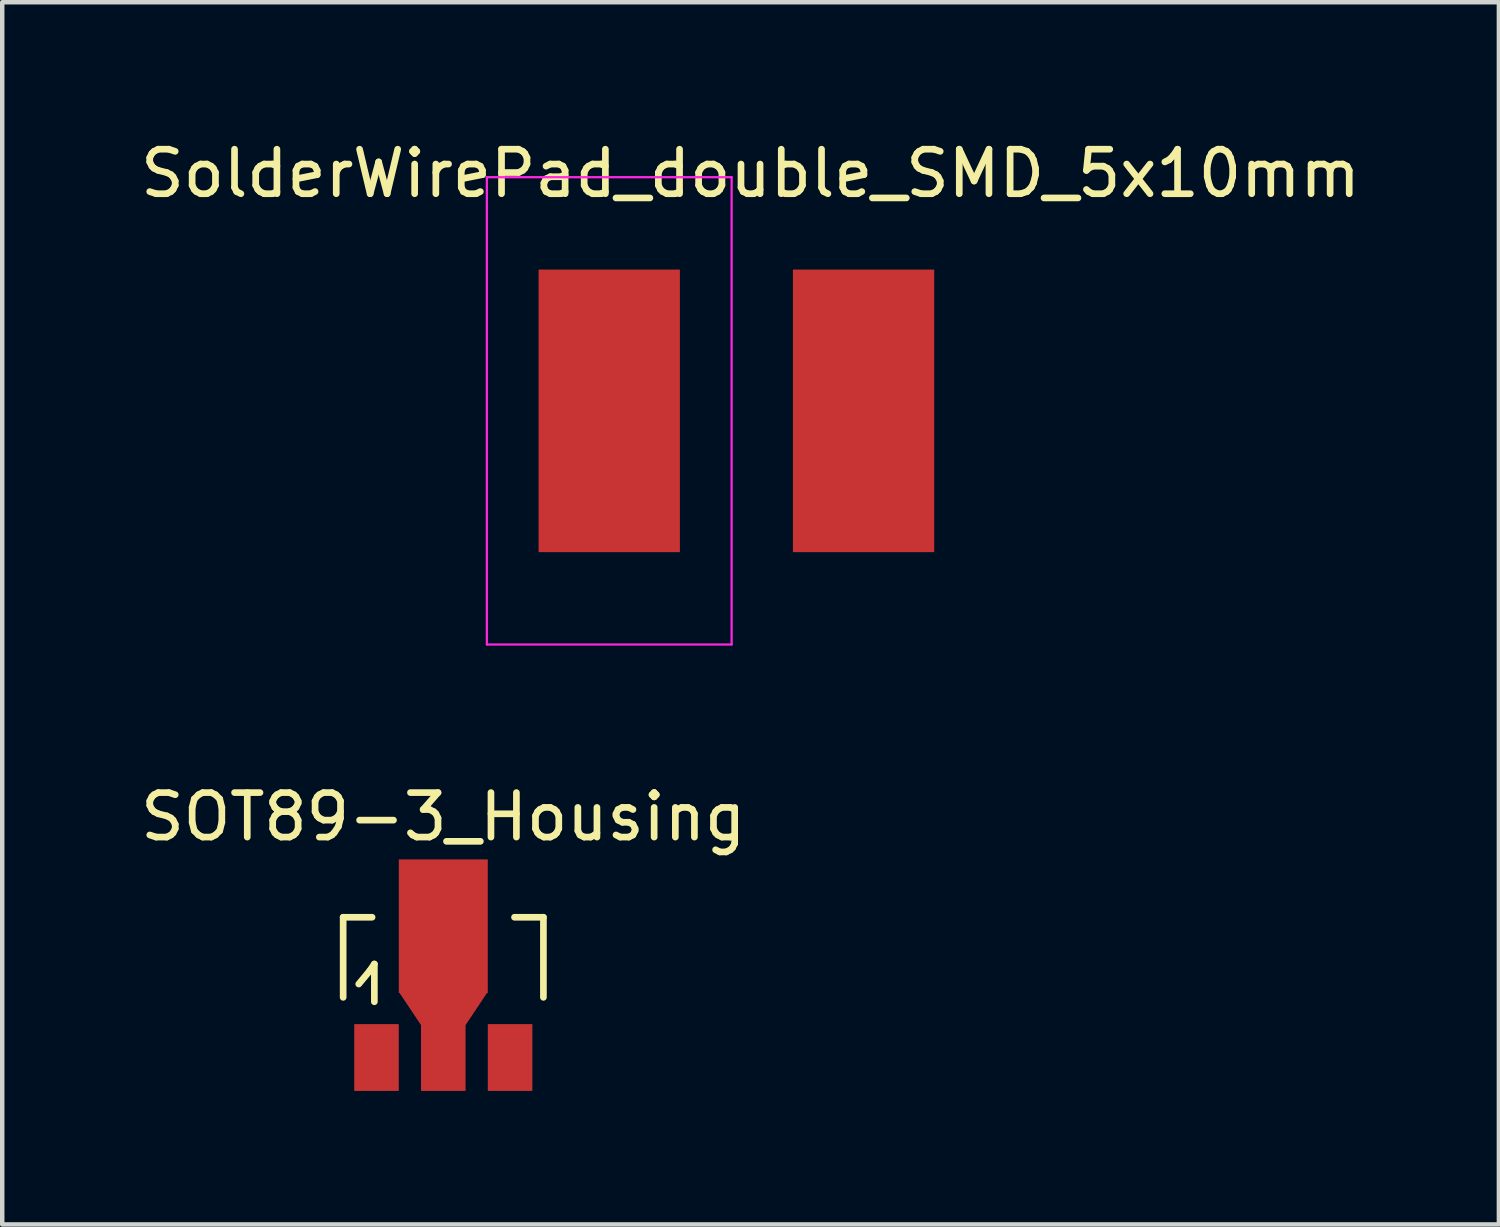
<source format=kicad_pcb>
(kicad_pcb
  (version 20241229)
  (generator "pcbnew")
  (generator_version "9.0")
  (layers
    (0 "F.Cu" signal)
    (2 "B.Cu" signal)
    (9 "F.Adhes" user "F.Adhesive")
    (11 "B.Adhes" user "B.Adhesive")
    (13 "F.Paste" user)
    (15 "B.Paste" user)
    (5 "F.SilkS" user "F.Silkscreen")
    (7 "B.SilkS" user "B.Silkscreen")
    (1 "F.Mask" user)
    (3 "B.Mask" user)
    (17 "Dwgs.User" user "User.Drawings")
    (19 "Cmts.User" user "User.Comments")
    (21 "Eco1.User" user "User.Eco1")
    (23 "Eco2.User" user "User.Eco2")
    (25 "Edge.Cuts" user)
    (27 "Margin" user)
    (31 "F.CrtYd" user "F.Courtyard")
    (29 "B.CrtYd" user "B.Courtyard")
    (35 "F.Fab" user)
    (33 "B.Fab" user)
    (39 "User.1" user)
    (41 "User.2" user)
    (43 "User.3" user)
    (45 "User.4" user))
  (footprint "SOT89-3_Housing"
    (placed yes)
    (layer "F.Cu")
    (at 6.911 18.861)
    (property "Reference" "SOT89-3_Housing" (at 0 -3.556 0) (layer "F.SilkS") (effects (font (size 1 1) (thickness 0.15))))
    (attr smd)
    (fp_line (start -2.25 -1.3) (end -2.25 0.5) (stroke (width 0.15) (type solid)) (layer "F.SilkS"))
    (fp_line (start -2.25 -1.3) (end -1.6 -1.3) (stroke (width 0.15) (type solid)) (layer "F.SilkS"))
    (fp_line (start -1.9 0.201) (end -1.651 -0.099) (stroke (width 0.15) (type solid)) (layer "F.SilkS"))
    (fp_line (start -1.651 -0.099) (end -1.549 -0.249) (stroke (width 0.15) (type solid)) (layer "F.SilkS"))
    (fp_line (start -1.549 -0.249) (end -1.549 0.599) (stroke (width 0.15) (type solid)) (layer "F.SilkS"))
    (fp_line (start 2.25 -1.3) (end 1.6 -1.3) (stroke (width 0.15) (type solid)) (layer "F.SilkS"))
    (fp_line (start 2.25 -1.3) (end 2.25 0.5) (stroke (width 0.15) (type solid)) (layer "F.SilkS"))
    (pad "1" smd rect (at -1.501 1.852) (size 1.001 1.501) (layers "F.Cu" "F.Mask" "F.Paste"))
    (pad "2" smd rect (at 0 -1.1) (size 1.999 3) (layers "F.Cu" "F.Mask" "F.Paste"))
    (pad "2" smd trapezoid (at 0 0.749 180) (size 1.501 0.749) (rect_delta 0 0.5) (layers "F.Cu" "F.Mask" "F.Paste"))
    (pad "2" smd rect (at 0 1.852) (size 1.001 1.501) (layers "F.Cu" "F.Mask" "F.Paste"))
    (pad "3" smd rect (at 1.501 1.852) (size 1.001 1.501) (layers "F.Cu" "F.Mask" "F.Paste")))
  (footprint "SolderWirePad_double_SMD_5x10mm"
    (layer "F.Cu")
    (at 10.64 6.182)
    (property "Reference" "SolderWirePad_double_SMD_5x10mm" (at 3.175 -5.334 0) (layer "F.SilkS") (effects (font (size 1 1) (thickness 0.15))))
    (attr smd)
    (fp_line (start -2.75 -5.25) (end -2.75 5.25) (stroke (width 0.05) (type solid)) (layer "F.CrtYd"))
    (fp_line (start -2.75 5.25) (end 2.75 5.25) (stroke (width 0.05) (type solid)) (layer "F.CrtYd"))
    (fp_line (start 2.75 -5.25) (end -2.75 -5.25) (stroke (width 0.05) (type solid)) (layer "F.CrtYd"))
    (fp_line (start 2.75 5.25) (end 2.75 -5.25) (stroke (width 0.05) (type solid)) (layer "F.CrtYd"))
    (pad "1" smd rect (at 0 0) (size 3.175 6.35) (layers "F.Cu" "F.Mask" "F.Paste"))
    (pad "2" smd rect (at 5.715 0) (size 3.175 6.35) (layers "F.Cu" "F.Mask" "F.Paste")))
  (gr_rect
    (start -3 -3)
    (end 30.631 24.464)
    (stroke (width 0.1) (type default))
    (fill no)
    (layer "Edge.Cuts")))
</source>
